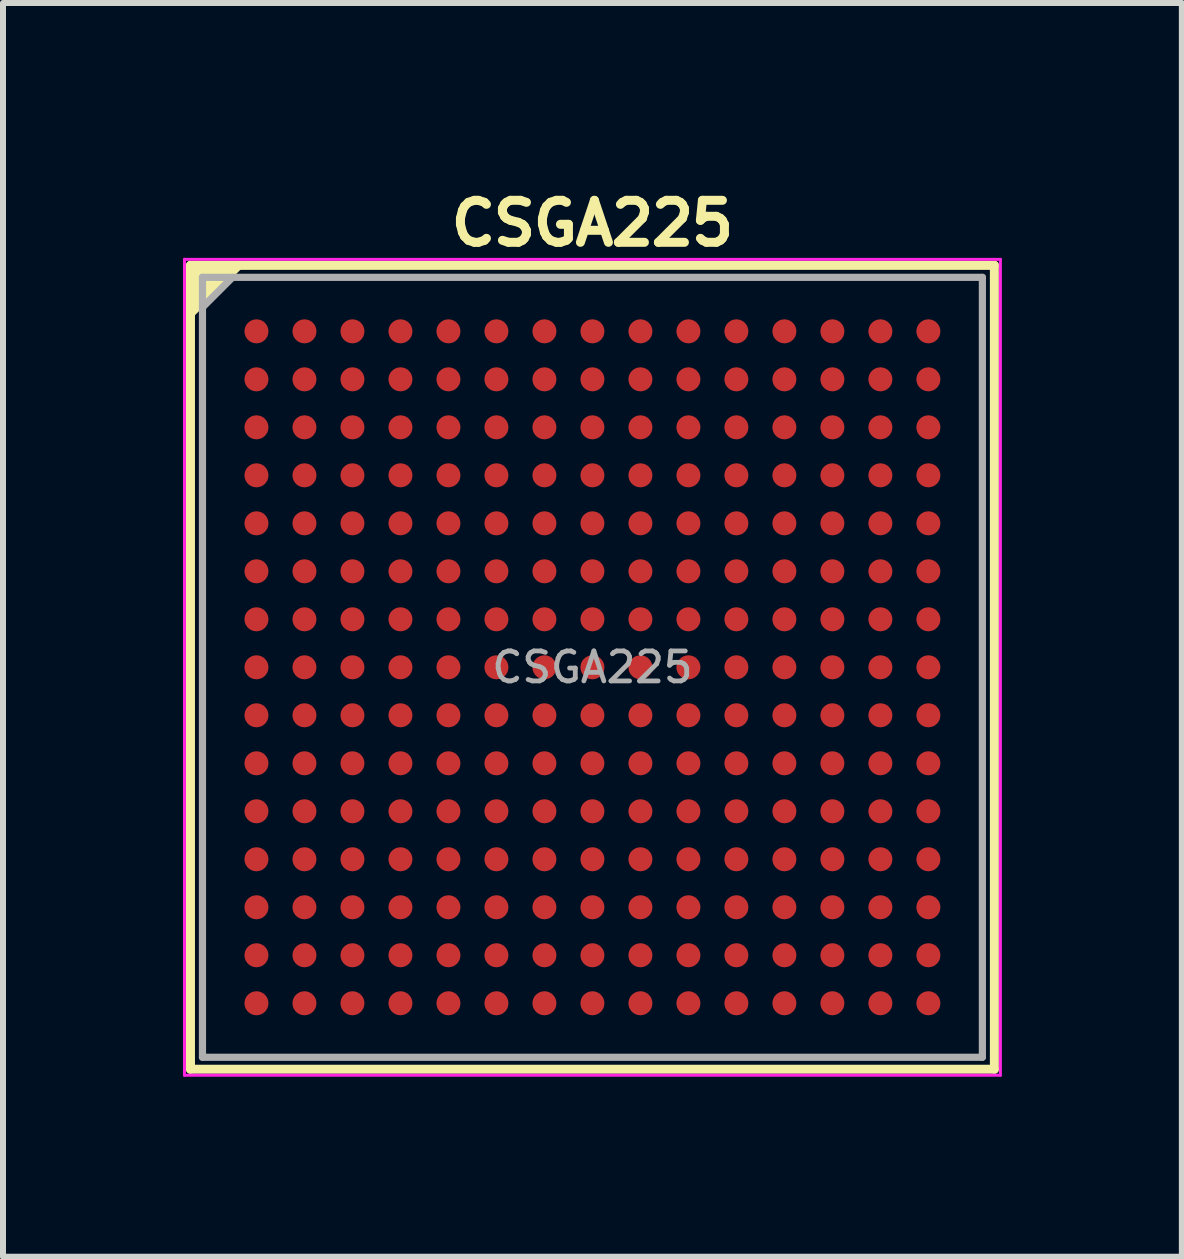
<source format=kicad_pcb>
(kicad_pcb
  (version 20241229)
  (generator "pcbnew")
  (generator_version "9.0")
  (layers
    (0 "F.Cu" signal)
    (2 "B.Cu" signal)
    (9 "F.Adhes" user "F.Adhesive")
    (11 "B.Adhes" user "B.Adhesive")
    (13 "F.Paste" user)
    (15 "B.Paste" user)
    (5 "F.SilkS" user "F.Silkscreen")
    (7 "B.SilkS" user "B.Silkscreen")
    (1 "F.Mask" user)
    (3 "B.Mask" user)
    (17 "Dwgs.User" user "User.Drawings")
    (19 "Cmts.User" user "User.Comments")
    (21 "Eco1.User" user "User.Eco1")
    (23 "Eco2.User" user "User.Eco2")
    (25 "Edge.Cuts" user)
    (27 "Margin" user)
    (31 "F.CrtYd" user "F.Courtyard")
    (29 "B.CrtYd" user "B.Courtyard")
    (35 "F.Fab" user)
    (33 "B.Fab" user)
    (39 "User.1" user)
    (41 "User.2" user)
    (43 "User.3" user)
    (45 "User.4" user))
  (footprint "CSGA225"
    (layer "F.Cu")
    (at 6.825 8.073)
    (property "Reference" "CSGA225" (at 0 -7.4 0) (layer "F.SilkS") (effects (font (size 0.7 0.7) (thickness 0.15))))
    (property "Value" "${VALUE}" (at 0 6.1 0) (layer "F.Fab") (hide yes) (effects (font (size 0.4 0.4) (thickness 0.07))))
    (attr through_hole)
    (fp_line (start -6.7 -6.7) (end -6.7 6.7) (stroke (width 0.15) (type solid)) (layer "F.SilkS"))
    (fp_line (start -6.7 6.7) (end 6.7 6.7) (stroke (width 0.15) (type solid)) (layer "F.SilkS"))
    (fp_line (start -5.9 -6.7) (end -6.7 -5.9) (stroke (width 0.15) (type solid)) (layer "F.SilkS"))
    (fp_line (start 6.7 -6.7) (end -6.7 -6.7) (stroke (width 0.15) (type solid)) (layer "F.SilkS"))
    (fp_line (start 6.7 6.7) (end 6.7 -6.7) (stroke (width 0.15) (type solid)) (layer "F.SilkS"))
    (fp_poly (pts (xy -6.7 -5.9) (xy -5.9 -6.7) (xy -6.7 -6.7)) (stroke (width 0.1) (type solid)) (fill yes) (layer "F.SilkS"))
    (fp_line (start -6.8 -6.8) (end 6.8 -6.8) (stroke (width 0.05) (type solid)) (layer "F.CrtYd"))
    (fp_line (start -6.8 6.8) (end -6.8 -6.8) (stroke (width 0.05) (type solid)) (layer "F.CrtYd"))
    (fp_line (start 6.8 -6.8) (end 6.8 6.8) (stroke (width 0.05) (type solid)) (layer "F.CrtYd"))
    (fp_line (start 6.8 6.8) (end -6.8 6.8) (stroke (width 0.05) (type solid)) (layer "F.CrtYd"))
    (fp_line (start -6.5 -6.5) (end 6.5 -6.5) (stroke (width 0.12) (type solid)) (layer "F.Fab"))
    (fp_line (start -6.5 6.5) (end -6.5 -6.5) (stroke (width 0.12) (type solid)) (layer "F.Fab"))
    (fp_line (start -6 -6.5) (end -6.5 -6) (stroke (width 0.12) (type solid)) (layer "F.Fab"))
    (fp_line (start 6.5 -6.5) (end 6.5 6.5) (stroke (width 0.12) (type solid)) (layer "F.Fab"))
    (fp_line (start 6.5 6.5) (end -6.5 6.5) (stroke (width 0.12) (type solid)) (layer "F.Fab"))
    (fp_poly (pts (xy -6.5 -6) (xy -6.5 -6.5) (xy -6 -6.5)) (stroke (width 0.1) (type solid)) (fill no) (layer "F.Fab"))
    (fp_text user "${REFERENCE}" (at 0 0 0) (layer "F.Fab") (effects (font (size 0.5 0.5) (thickness 0.08))))
    (pad "A1" smd circle (at -5.6 -5.6) (size 0.4 0.4) (layers "F.Cu" "F.Mask" "F.Paste"))
    (pad "A2" smd circle (at -4.8 -5.6) (size 0.4 0.4) (layers "F.Cu" "F.Mask" "F.Paste"))
    (pad "A3" smd circle (at -4 -5.6) (size 0.4 0.4) (layers "F.Cu" "F.Mask" "F.Paste"))
    (pad "A4" smd circle (at -3.2 -5.6) (size 0.4 0.4) (layers "F.Cu" "F.Mask" "F.Paste"))
    (pad "A5" smd circle (at -2.4 -5.6) (size 0.4 0.4) (layers "F.Cu" "F.Mask" "F.Paste"))
    (pad "A6" smd circle (at -1.6 -5.6) (size 0.4 0.4) (layers "F.Cu" "F.Mask" "F.Paste"))
    (pad "A7" smd circle (at -0.8 -5.6) (size 0.4 0.4) (layers "F.Cu" "F.Mask" "F.Paste"))
    (pad "A8" smd circle (at 0 -5.6) (size 0.4 0.4) (layers "F.Cu" "F.Mask" "F.Paste"))
    (pad "A9" smd circle (at 0.8 -5.6) (size 0.4 0.4) (layers "F.Cu" "F.Mask" "F.Paste"))
    (pad "A10" smd circle (at 1.6 -5.6) (size 0.4 0.4) (layers "F.Cu" "F.Mask" "F.Paste"))
    (pad "A11" smd circle (at 2.4 -5.6) (size 0.4 0.4) (layers "F.Cu" "F.Mask" "F.Paste"))
    (pad "A12" smd circle (at 3.2 -5.6) (size 0.4 0.4) (layers "F.Cu" "F.Mask" "F.Paste"))
    (pad "A13" smd circle (at 4 -5.6) (size 0.4 0.4) (layers "F.Cu" "F.Mask" "F.Paste"))
    (pad "A14" smd circle (at 4.8 -5.6) (size 0.4 0.4) (layers "F.Cu" "F.Mask" "F.Paste"))
    (pad "A15" smd circle (at 5.6 -5.6) (size 0.4 0.4) (layers "F.Cu" "F.Mask" "F.Paste"))
    (pad "B1" smd circle (at -5.6 -4.8) (size 0.4 0.4) (layers "F.Cu" "F.Mask" "F.Paste"))
    (pad "B2" smd circle (at -4.8 -4.8) (size 0.4 0.4) (layers "F.Cu" "F.Mask" "F.Paste"))
    (pad "B3" smd circle (at -4 -4.8) (size 0.4 0.4) (layers "F.Cu" "F.Mask" "F.Paste"))
    (pad "B4" smd circle (at -3.2 -4.8) (size 0.4 0.4) (layers "F.Cu" "F.Mask" "F.Paste"))
    (pad "B5" smd circle (at -2.4 -4.8) (size 0.4 0.4) (layers "F.Cu" "F.Mask" "F.Paste"))
    (pad "B6" smd circle (at -1.6 -4.8) (size 0.4 0.4) (layers "F.Cu" "F.Mask" "F.Paste"))
    (pad "B7" smd circle (at -0.8 -4.8) (size 0.4 0.4) (layers "F.Cu" "F.Mask" "F.Paste"))
    (pad "B8" smd circle (at 0 -4.8) (size 0.4 0.4) (layers "F.Cu" "F.Mask" "F.Paste"))
    (pad "B9" smd circle (at 0.8 -4.8) (size 0.4 0.4) (layers "F.Cu" "F.Mask" "F.Paste"))
    (pad "B10" smd circle (at 1.6 -4.8) (size 0.4 0.4) (layers "F.Cu" "F.Mask" "F.Paste"))
    (pad "B11" smd circle (at 2.4 -4.8) (size 0.4 0.4) (layers "F.Cu" "F.Mask" "F.Paste"))
    (pad "B12" smd circle (at 3.2 -4.8) (size 0.4 0.4) (layers "F.Cu" "F.Mask" "F.Paste"))
    (pad "B13" smd circle (at 4 -4.8) (size 0.4 0.4) (layers "F.Cu" "F.Mask" "F.Paste"))
    (pad "B14" smd circle (at 4.8 -4.8) (size 0.4 0.4) (layers "F.Cu" "F.Mask" "F.Paste"))
    (pad "B15" smd circle (at 5.6 -4.8) (size 0.4 0.4) (layers "F.Cu" "F.Mask" "F.Paste"))
    (pad "C1" smd circle (at -5.6 -4) (size 0.4 0.4) (layers "F.Cu" "F.Mask" "F.Paste"))
    (pad "C2" smd circle (at -4.8 -4) (size 0.4 0.4) (layers "F.Cu" "F.Mask" "F.Paste"))
    (pad "C3" smd circle (at -4 -4) (size 0.4 0.4) (layers "F.Cu" "F.Mask" "F.Paste"))
    (pad "C4" smd circle (at -3.2 -4) (size 0.4 0.4) (layers "F.Cu" "F.Mask" "F.Paste"))
    (pad "C5" smd circle (at -2.4 -4) (size 0.4 0.4) (layers "F.Cu" "F.Mask" "F.Paste"))
    (pad "C6" smd circle (at -1.6 -4) (size 0.4 0.4) (layers "F.Cu" "F.Mask" "F.Paste"))
    (pad "C7" smd circle (at -0.8 -4) (size 0.4 0.4) (layers "F.Cu" "F.Mask" "F.Paste"))
    (pad "C8" smd circle (at 0 -4) (size 0.4 0.4) (layers "F.Cu" "F.Mask" "F.Paste"))
    (pad "C9" smd circle (at 0.8 -4) (size 0.4 0.4) (layers "F.Cu" "F.Mask" "F.Paste"))
    (pad "C10" smd circle (at 1.6 -4) (size 0.4 0.4) (layers "F.Cu" "F.Mask" "F.Paste"))
    (pad "C11" smd circle (at 2.4 -4) (size 0.4 0.4) (layers "F.Cu" "F.Mask" "F.Paste"))
    (pad "C12" smd circle (at 3.2 -4) (size 0.4 0.4) (layers "F.Cu" "F.Mask" "F.Paste"))
    (pad "C13" smd circle (at 4 -4) (size 0.4 0.4) (layers "F.Cu" "F.Mask" "F.Paste"))
    (pad "C14" smd circle (at 4.8 -4) (size 0.4 0.4) (layers "F.Cu" "F.Mask" "F.Paste"))
    (pad "C15" smd circle (at 5.6 -4) (size 0.4 0.4) (layers "F.Cu" "F.Mask" "F.Paste"))
    (pad "D1" smd circle (at -5.6 -3.2) (size 0.4 0.4) (layers "F.Cu" "F.Mask" "F.Paste"))
    (pad "D2" smd circle (at -4.8 -3.2) (size 0.4 0.4) (layers "F.Cu" "F.Mask" "F.Paste"))
    (pad "D3" smd circle (at -4 -3.2) (size 0.4 0.4) (layers "F.Cu" "F.Mask" "F.Paste"))
    (pad "D4" smd circle (at -3.2 -3.2) (size 0.4 0.4) (layers "F.Cu" "F.Mask" "F.Paste"))
    (pad "D5" smd circle (at -2.4 -3.2) (size 0.4 0.4) (layers "F.Cu" "F.Mask" "F.Paste"))
    (pad "D6" smd circle (at -1.6 -3.2) (size 0.4 0.4) (layers "F.Cu" "F.Mask" "F.Paste"))
    (pad "D7" smd circle (at -0.8 -3.2) (size 0.4 0.4) (layers "F.Cu" "F.Mask" "F.Paste"))
    (pad "D8" smd circle (at 0 -3.2) (size 0.4 0.4) (layers "F.Cu" "F.Mask" "F.Paste"))
    (pad "D9" smd circle (at 0.8 -3.2) (size 0.4 0.4) (layers "F.Cu" "F.Mask" "F.Paste"))
    (pad "D10" smd circle (at 1.6 -3.2) (size 0.4 0.4) (layers "F.Cu" "F.Mask" "F.Paste"))
    (pad "D11" smd circle (at 2.4 -3.2) (size 0.4 0.4) (layers "F.Cu" "F.Mask" "F.Paste"))
    (pad "D12" smd circle (at 3.2 -3.2) (size 0.4 0.4) (layers "F.Cu" "F.Mask" "F.Paste"))
    (pad "D13" smd circle (at 4 -3.2) (size 0.4 0.4) (layers "F.Cu" "F.Mask" "F.Paste"))
    (pad "D14" smd circle (at 4.8 -3.2) (size 0.4 0.4) (layers "F.Cu" "F.Mask" "F.Paste"))
    (pad "D15" smd circle (at 5.6 -3.2) (size 0.4 0.4) (layers "F.Cu" "F.Mask" "F.Paste"))
    (pad "E1" smd circle (at -5.6 -2.4) (size 0.4 0.4) (layers "F.Cu" "F.Mask" "F.Paste"))
    (pad "E2" smd circle (at -4.8 -2.4) (size 0.4 0.4) (layers "F.Cu" "F.Mask" "F.Paste"))
    (pad "E3" smd circle (at -4 -2.4) (size 0.4 0.4) (layers "F.Cu" "F.Mask" "F.Paste"))
    (pad "E4" smd circle (at -3.2 -2.4) (size 0.4 0.4) (layers "F.Cu" "F.Mask" "F.Paste"))
    (pad "E5" smd circle (at -2.4 -2.4) (size 0.4 0.4) (layers "F.Cu" "F.Mask" "F.Paste"))
    (pad "E6" smd circle (at -1.6 -2.4) (size 0.4 0.4) (layers "F.Cu" "F.Mask" "F.Paste"))
    (pad "E7" smd circle (at -0.8 -2.4) (size 0.4 0.4) (layers "F.Cu" "F.Mask" "F.Paste"))
    (pad "E8" smd circle (at 0 -2.4) (size 0.4 0.4) (layers "F.Cu" "F.Mask" "F.Paste"))
    (pad "E9" smd circle (at 0.8 -2.4) (size 0.4 0.4) (layers "F.Cu" "F.Mask" "F.Paste"))
    (pad "E10" smd circle (at 1.6 -2.4) (size 0.4 0.4) (layers "F.Cu" "F.Mask" "F.Paste"))
    (pad "E11" smd circle (at 2.4 -2.4) (size 0.4 0.4) (layers "F.Cu" "F.Mask" "F.Paste"))
    (pad "E12" smd circle (at 3.2 -2.4) (size 0.4 0.4) (layers "F.Cu" "F.Mask" "F.Paste"))
    (pad "E13" smd circle (at 4 -2.4) (size 0.4 0.4) (layers "F.Cu" "F.Mask" "F.Paste"))
    (pad "E14" smd circle (at 4.8 -2.4) (size 0.4 0.4) (layers "F.Cu" "F.Mask" "F.Paste"))
    (pad "E15" smd circle (at 5.6 -2.4) (size 0.4 0.4) (layers "F.Cu" "F.Mask" "F.Paste"))
    (pad "F1" smd circle (at -5.6 -1.6) (size 0.4 0.4) (layers "F.Cu" "F.Mask" "F.Paste"))
    (pad "F2" smd circle (at -4.8 -1.6) (size 0.4 0.4) (layers "F.Cu" "F.Mask" "F.Paste"))
    (pad "F3" smd circle (at -4 -1.6) (size 0.4 0.4) (layers "F.Cu" "F.Mask" "F.Paste"))
    (pad "F4" smd circle (at -3.2 -1.6) (size 0.4 0.4) (layers "F.Cu" "F.Mask" "F.Paste"))
    (pad "F5" smd circle (at -2.4 -1.6) (size 0.4 0.4) (layers "F.Cu" "F.Mask" "F.Paste"))
    (pad "F6" smd circle (at -1.6 -1.6) (size 0.4 0.4) (layers "F.Cu" "F.Mask" "F.Paste"))
    (pad "F7" smd circle (at -0.8 -1.6) (size 0.4 0.4) (layers "F.Cu" "F.Mask" "F.Paste"))
    (pad "F8" smd circle (at 0 -1.6) (size 0.4 0.4) (layers "F.Cu" "F.Mask" "F.Paste"))
    (pad "F9" smd circle (at 0.8 -1.6) (size 0.4 0.4) (layers "F.Cu" "F.Mask" "F.Paste"))
    (pad "F10" smd circle (at 1.6 -1.6) (size 0.4 0.4) (layers "F.Cu" "F.Mask" "F.Paste"))
    (pad "F11" smd circle (at 2.4 -1.6) (size 0.4 0.4) (layers "F.Cu" "F.Mask" "F.Paste"))
    (pad "F12" smd circle (at 3.2 -1.6) (size 0.4 0.4) (layers "F.Cu" "F.Mask" "F.Paste"))
    (pad "F13" smd circle (at 4 -1.6) (size 0.4 0.4) (layers "F.Cu" "F.Mask" "F.Paste"))
    (pad "F14" smd circle (at 4.8 -1.6) (size 0.4 0.4) (layers "F.Cu" "F.Mask" "F.Paste"))
    (pad "F15" smd circle (at 5.6 -1.6) (size 0.4 0.4) (layers "F.Cu" "F.Mask" "F.Paste"))
    (pad "G1" smd circle (at -5.6 -0.8) (size 0.4 0.4) (layers "F.Cu" "F.Mask" "F.Paste"))
    (pad "G2" smd circle (at -4.8 -0.8) (size 0.4 0.4) (layers "F.Cu" "F.Mask" "F.Paste"))
    (pad "G3" smd circle (at -4 -0.8) (size 0.4 0.4) (layers "F.Cu" "F.Mask" "F.Paste"))
    (pad "G4" smd circle (at -3.2 -0.8) (size 0.4 0.4) (layers "F.Cu" "F.Mask" "F.Paste"))
    (pad "G5" smd circle (at -2.4 -0.8) (size 0.4 0.4) (layers "F.Cu" "F.Mask" "F.Paste"))
    (pad "G6" smd circle (at -1.6 -0.8) (size 0.4 0.4) (layers "F.Cu" "F.Mask" "F.Paste"))
    (pad "G7" smd circle (at -0.8 -0.8) (size 0.4 0.4) (layers "F.Cu" "F.Mask" "F.Paste"))
    (pad "G8" smd circle (at 0 -0.8) (size 0.4 0.4) (layers "F.Cu" "F.Mask" "F.Paste"))
    (pad "G9" smd circle (at 0.8 -0.8) (size 0.4 0.4) (layers "F.Cu" "F.Mask" "F.Paste"))
    (pad "G10" smd circle (at 1.6 -0.8) (size 0.4 0.4) (layers "F.Cu" "F.Mask" "F.Paste"))
    (pad "G11" smd circle (at 2.4 -0.8) (size 0.4 0.4) (layers "F.Cu" "F.Mask" "F.Paste"))
    (pad "G12" smd circle (at 3.2 -0.8) (size 0.4 0.4) (layers "F.Cu" "F.Mask" "F.Paste"))
    (pad "G13" smd circle (at 4 -0.8) (size 0.4 0.4) (layers "F.Cu" "F.Mask" "F.Paste"))
    (pad "G14" smd circle (at 4.8 -0.8) (size 0.4 0.4) (layers "F.Cu" "F.Mask" "F.Paste"))
    (pad "G15" smd circle (at 5.6 -0.8) (size 0.4 0.4) (layers "F.Cu" "F.Mask" "F.Paste"))
    (pad "H1" smd circle (at -5.6 0) (size 0.4 0.4) (layers "F.Cu" "F.Mask" "F.Paste"))
    (pad "H2" smd circle (at -4.8 0) (size 0.4 0.4) (layers "F.Cu" "F.Mask" "F.Paste"))
    (pad "H3" smd circle (at -4 0) (size 0.4 0.4) (layers "F.Cu" "F.Mask" "F.Paste"))
    (pad "H4" smd circle (at -3.2 0) (size 0.4 0.4) (layers "F.Cu" "F.Mask" "F.Paste"))
    (pad "H5" smd circle (at -2.4 0) (size 0.4 0.4) (layers "F.Cu" "F.Mask" "F.Paste"))
    (pad "H6" smd circle (at -1.6 0) (size 0.4 0.4) (layers "F.Cu" "F.Mask" "F.Paste"))
    (pad "H7" smd circle (at -0.8 0) (size 0.4 0.4) (layers "F.Cu" "F.Mask" "F.Paste"))
    (pad "H8" smd circle (at 0 0) (size 0.4 0.4) (layers "F.Cu" "F.Mask" "F.Paste"))
    (pad "H9" smd circle (at 0.8 0) (size 0.4 0.4) (layers "F.Cu" "F.Mask" "F.Paste"))
    (pad "H10" smd circle (at 1.6 0) (size 0.4 0.4) (layers "F.Cu" "F.Mask" "F.Paste"))
    (pad "H11" smd circle (at 2.4 0) (size 0.4 0.4) (layers "F.Cu" "F.Mask" "F.Paste"))
    (pad "H12" smd circle (at 3.2 0) (size 0.4 0.4) (layers "F.Cu" "F.Mask" "F.Paste"))
    (pad "H13" smd circle (at 4 0) (size 0.4 0.4) (layers "F.Cu" "F.Mask" "F.Paste"))
    (pad "H14" smd circle (at 4.8 0) (size 0.4 0.4) (layers "F.Cu" "F.Mask" "F.Paste"))
    (pad "H15" smd circle (at 5.6 0) (size 0.4 0.4) (layers "F.Cu" "F.Mask" "F.Paste"))
    (pad "J1" smd circle (at -5.6 0.8) (size 0.4 0.4) (layers "F.Cu" "F.Mask" "F.Paste"))
    (pad "J2" smd circle (at -4.8 0.8) (size 0.4 0.4) (layers "F.Cu" "F.Mask" "F.Paste"))
    (pad "J3" smd circle (at -4 0.8) (size 0.4 0.4) (layers "F.Cu" "F.Mask" "F.Paste"))
    (pad "J4" smd circle (at -3.2 0.8) (size 0.4 0.4) (layers "F.Cu" "F.Mask" "F.Paste"))
    (pad "J5" smd circle (at -2.4 0.8) (size 0.4 0.4) (layers "F.Cu" "F.Mask" "F.Paste"))
    (pad "J6" smd circle (at -1.6 0.8) (size 0.4 0.4) (layers "F.Cu" "F.Mask" "F.Paste"))
    (pad "J7" smd circle (at -0.8 0.8) (size 0.4 0.4) (layers "F.Cu" "F.Mask" "F.Paste"))
    (pad "J8" smd circle (at 0 0.8) (size 0.4 0.4) (layers "F.Cu" "F.Mask" "F.Paste"))
    (pad "J9" smd circle (at 0.8 0.8) (size 0.4 0.4) (layers "F.Cu" "F.Mask" "F.Paste"))
    (pad "J10" smd circle (at 1.6 0.8) (size 0.4 0.4) (layers "F.Cu" "F.Mask" "F.Paste"))
    (pad "J11" smd circle (at 2.4 0.8) (size 0.4 0.4) (layers "F.Cu" "F.Mask" "F.Paste"))
    (pad "J12" smd circle (at 3.2 0.8) (size 0.4 0.4) (layers "F.Cu" "F.Mask" "F.Paste"))
    (pad "J13" smd circle (at 4 0.8) (size 0.4 0.4) (layers "F.Cu" "F.Mask" "F.Paste"))
    (pad "J14" smd circle (at 4.8 0.8) (size 0.4 0.4) (layers "F.Cu" "F.Mask" "F.Paste"))
    (pad "J15" smd circle (at 5.6 0.8) (size 0.4 0.4) (layers "F.Cu" "F.Mask" "F.Paste"))
    (pad "K1" smd circle (at -5.6 1.6) (size 0.4 0.4) (layers "F.Cu" "F.Mask" "F.Paste"))
    (pad "K2" smd circle (at -4.8 1.6) (size 0.4 0.4) (layers "F.Cu" "F.Mask" "F.Paste"))
    (pad "K3" smd circle (at -4 1.6) (size 0.4 0.4) (layers "F.Cu" "F.Mask" "F.Paste"))
    (pad "K4" smd circle (at -3.2 1.6) (size 0.4 0.4) (layers "F.Cu" "F.Mask" "F.Paste"))
    (pad "K5" smd circle (at -2.4 1.6) (size 0.4 0.4) (layers "F.Cu" "F.Mask" "F.Paste"))
    (pad "K6" smd circle (at -1.6 1.6) (size 0.4 0.4) (layers "F.Cu" "F.Mask" "F.Paste"))
    (pad "K7" smd circle (at -0.8 1.6) (size 0.4 0.4) (layers "F.Cu" "F.Mask" "F.Paste"))
    (pad "K8" smd circle (at 0 1.6) (size 0.4 0.4) (layers "F.Cu" "F.Mask" "F.Paste"))
    (pad "K9" smd circle (at 0.8 1.6) (size 0.4 0.4) (layers "F.Cu" "F.Mask" "F.Paste"))
    (pad "K10" smd circle (at 1.6 1.6) (size 0.4 0.4) (layers "F.Cu" "F.Mask" "F.Paste"))
    (pad "K11" smd circle (at 2.4 1.6) (size 0.4 0.4) (layers "F.Cu" "F.Mask" "F.Paste"))
    (pad "K12" smd circle (at 3.2 1.6) (size 0.4 0.4) (layers "F.Cu" "F.Mask" "F.Paste"))
    (pad "K13" smd circle (at 4 1.6) (size 0.4 0.4) (layers "F.Cu" "F.Mask" "F.Paste"))
    (pad "K14" smd circle (at 4.8 1.6) (size 0.4 0.4) (layers "F.Cu" "F.Mask" "F.Paste"))
    (pad "K15" smd circle (at 5.6 1.6) (size 0.4 0.4) (layers "F.Cu" "F.Mask" "F.Paste"))
    (pad "L1" smd circle (at -5.6 2.4) (size 0.4 0.4) (layers "F.Cu" "F.Mask" "F.Paste"))
    (pad "L2" smd circle (at -4.8 2.4) (size 0.4 0.4) (layers "F.Cu" "F.Mask" "F.Paste"))
    (pad "L3" smd circle (at -4 2.4) (size 0.4 0.4) (layers "F.Cu" "F.Mask" "F.Paste"))
    (pad "L4" smd circle (at -3.2 2.4) (size 0.4 0.4) (layers "F.Cu" "F.Mask" "F.Paste"))
    (pad "L5" smd circle (at -2.4 2.4) (size 0.4 0.4) (layers "F.Cu" "F.Mask" "F.Paste"))
    (pad "L6" smd circle (at -1.6 2.4) (size 0.4 0.4) (layers "F.Cu" "F.Mask" "F.Paste"))
    (pad "L7" smd circle (at -0.8 2.4) (size 0.4 0.4) (layers "F.Cu" "F.Mask" "F.Paste"))
    (pad "L8" smd circle (at 0 2.4) (size 0.4 0.4) (layers "F.Cu" "F.Mask" "F.Paste"))
    (pad "L9" smd circle (at 0.8 2.4) (size 0.4 0.4) (layers "F.Cu" "F.Mask" "F.Paste"))
    (pad "L10" smd circle (at 1.6 2.4) (size 0.4 0.4) (layers "F.Cu" "F.Mask" "F.Paste"))
    (pad "L11" smd circle (at 2.4 2.4) (size 0.4 0.4) (layers "F.Cu" "F.Mask" "F.Paste"))
    (pad "L12" smd circle (at 3.2 2.4) (size 0.4 0.4) (layers "F.Cu" "F.Mask" "F.Paste"))
    (pad "L13" smd circle (at 4 2.4) (size 0.4 0.4) (layers "F.Cu" "F.Mask" "F.Paste"))
    (pad "L14" smd circle (at 4.8 2.4) (size 0.4 0.4) (layers "F.Cu" "F.Mask" "F.Paste"))
    (pad "L15" smd circle (at 5.6 2.4) (size 0.4 0.4) (layers "F.Cu" "F.Mask" "F.Paste"))
    (pad "M1" smd circle (at -5.6 3.2) (size 0.4 0.4) (layers "F.Cu" "F.Mask" "F.Paste"))
    (pad "M2" smd circle (at -4.8 3.2) (size 0.4 0.4) (layers "F.Cu" "F.Mask" "F.Paste"))
    (pad "M3" smd circle (at -4 3.2) (size 0.4 0.4) (layers "F.Cu" "F.Mask" "F.Paste"))
    (pad "M4" smd circle (at -3.2 3.2) (size 0.4 0.4) (layers "F.Cu" "F.Mask" "F.Paste"))
    (pad "M5" smd circle (at -2.4 3.2) (size 0.4 0.4) (layers "F.Cu" "F.Mask" "F.Paste"))
    (pad "M6" smd circle (at -1.6 3.2) (size 0.4 0.4) (layers "F.Cu" "F.Mask" "F.Paste"))
    (pad "M7" smd circle (at -0.8 3.2) (size 0.4 0.4) (layers "F.Cu" "F.Mask" "F.Paste"))
    (pad "M8" smd circle (at 0 3.2) (size 0.4 0.4) (layers "F.Cu" "F.Mask" "F.Paste"))
    (pad "M9" smd circle (at 0.8 3.2) (size 0.4 0.4) (layers "F.Cu" "F.Mask" "F.Paste"))
    (pad "M10" smd circle (at 1.6 3.2) (size 0.4 0.4) (layers "F.Cu" "F.Mask" "F.Paste"))
    (pad "M11" smd circle (at 2.4 3.2) (size 0.4 0.4) (layers "F.Cu" "F.Mask" "F.Paste"))
    (pad "M12" smd circle (at 3.2 3.2) (size 0.4 0.4) (layers "F.Cu" "F.Mask" "F.Paste"))
    (pad "M13" smd circle (at 4 3.2) (size 0.4 0.4) (layers "F.Cu" "F.Mask" "F.Paste"))
    (pad "M14" smd circle (at 4.8 3.2) (size 0.4 0.4) (layers "F.Cu" "F.Mask" "F.Paste"))
    (pad "M15" smd circle (at 5.6 3.2) (size 0.4 0.4) (layers "F.Cu" "F.Mask" "F.Paste"))
    (pad "N1" smd circle (at -5.6 4) (size 0.4 0.4) (layers "F.Cu" "F.Mask" "F.Paste"))
    (pad "N2" smd circle (at -4.8 4) (size 0.4 0.4) (layers "F.Cu" "F.Mask" "F.Paste"))
    (pad "N3" smd circle (at -4 4) (size 0.4 0.4) (layers "F.Cu" "F.Mask" "F.Paste"))
    (pad "N4" smd circle (at -3.2 4) (size 0.4 0.4) (layers "F.Cu" "F.Mask" "F.Paste"))
    (pad "N5" smd circle (at -2.4 4) (size 0.4 0.4) (layers "F.Cu" "F.Mask" "F.Paste"))
    (pad "N6" smd circle (at -1.6 4) (size 0.4 0.4) (layers "F.Cu" "F.Mask" "F.Paste"))
    (pad "N7" smd circle (at -0.8 4) (size 0.4 0.4) (layers "F.Cu" "F.Mask" "F.Paste"))
    (pad "N8" smd circle (at 0 4) (size 0.4 0.4) (layers "F.Cu" "F.Mask" "F.Paste"))
    (pad "N9" smd circle (at 0.8 4) (size 0.4 0.4) (layers "F.Cu" "F.Mask" "F.Paste"))
    (pad "N10" smd circle (at 1.6 4) (size 0.4 0.4) (layers "F.Cu" "F.Mask" "F.Paste"))
    (pad "N11" smd circle (at 2.4 4) (size 0.4 0.4) (layers "F.Cu" "F.Mask" "F.Paste"))
    (pad "N12" smd circle (at 3.2 4) (size 0.4 0.4) (layers "F.Cu" "F.Mask" "F.Paste"))
    (pad "N13" smd circle (at 4 4) (size 0.4 0.4) (layers "F.Cu" "F.Mask" "F.Paste"))
    (pad "N14" smd circle (at 4.8 4) (size 0.4 0.4) (layers "F.Cu" "F.Mask" "F.Paste"))
    (pad "N15" smd circle (at 5.6 4) (size 0.4 0.4) (layers "F.Cu" "F.Mask" "F.Paste"))
    (pad "P1" smd circle (at -5.6 4.8) (size 0.4 0.4) (layers "F.Cu" "F.Mask" "F.Paste"))
    (pad "P2" smd circle (at -4.8 4.8) (size 0.4 0.4) (layers "F.Cu" "F.Mask" "F.Paste"))
    (pad "P3" smd circle (at -4 4.8) (size 0.4 0.4) (layers "F.Cu" "F.Mask" "F.Paste"))
    (pad "P4" smd circle (at -3.2 4.8) (size 0.4 0.4) (layers "F.Cu" "F.Mask" "F.Paste"))
    (pad "P5" smd circle (at -2.4 4.8) (size 0.4 0.4) (layers "F.Cu" "F.Mask" "F.Paste"))
    (pad "P6" smd circle (at -1.6 4.8) (size 0.4 0.4) (layers "F.Cu" "F.Mask" "F.Paste"))
    (pad "P7" smd circle (at -0.8 4.8) (size 0.4 0.4) (layers "F.Cu" "F.Mask" "F.Paste"))
    (pad "P8" smd circle (at 0 4.8) (size 0.4 0.4) (layers "F.Cu" "F.Mask" "F.Paste"))
    (pad "P9" smd circle (at 0.8 4.8) (size 0.4 0.4) (layers "F.Cu" "F.Mask" "F.Paste"))
    (pad "P10" smd circle (at 1.6 4.8) (size 0.4 0.4) (layers "F.Cu" "F.Mask" "F.Paste"))
    (pad "P11" smd circle (at 2.4 4.8) (size 0.4 0.4) (layers "F.Cu" "F.Mask" "F.Paste"))
    (pad "P12" smd circle (at 3.2 4.8) (size 0.4 0.4) (layers "F.Cu" "F.Mask" "F.Paste"))
    (pad "P13" smd circle (at 4 4.8) (size 0.4 0.4) (layers "F.Cu" "F.Mask" "F.Paste"))
    (pad "P14" smd circle (at 4.8 4.8) (size 0.4 0.4) (layers "F.Cu" "F.Mask" "F.Paste"))
    (pad "P15" smd circle (at 5.6 4.8) (size 0.4 0.4) (layers "F.Cu" "F.Mask" "F.Paste"))
    (pad "R1" smd circle (at -5.6 5.6) (size 0.4 0.4) (layers "F.Cu" "F.Mask" "F.Paste"))
    (pad "R2" smd circle (at -4.8 5.6) (size 0.4 0.4) (layers "F.Cu" "F.Mask" "F.Paste"))
    (pad "R3" smd circle (at -4 5.6) (size 0.4 0.4) (layers "F.Cu" "F.Mask" "F.Paste"))
    (pad "R4" smd circle (at -3.2 5.6) (size 0.4 0.4) (layers "F.Cu" "F.Mask" "F.Paste"))
    (pad "R5" smd circle (at -2.4 5.6) (size 0.4 0.4) (layers "F.Cu" "F.Mask" "F.Paste"))
    (pad "R6" smd circle (at -1.6 5.6) (size 0.4 0.4) (layers "F.Cu" "F.Mask" "F.Paste"))
    (pad "R7" smd circle (at -0.8 5.6) (size 0.4 0.4) (layers "F.Cu" "F.Mask" "F.Paste"))
    (pad "R8" smd circle (at 0 5.6) (size 0.4 0.4) (layers "F.Cu" "F.Mask" "F.Paste"))
    (pad "R9" smd circle (at 0.8 5.6) (size 0.4 0.4) (layers "F.Cu" "F.Mask" "F.Paste"))
    (pad "R10" smd circle (at 1.6 5.6) (size 0.4 0.4) (layers "F.Cu" "F.Mask" "F.Paste"))
    (pad "R11" smd circle (at 2.4 5.6) (size 0.4 0.4) (layers "F.Cu" "F.Mask" "F.Paste"))
    (pad "R12" smd circle (at 3.2 5.6) (size 0.4 0.4) (layers "F.Cu" "F.Mask" "F.Paste"))
    (pad "R13" smd circle (at 4 5.6) (size 0.4 0.4) (layers "F.Cu" "F.Mask" "F.Paste"))
    (pad "R14" smd circle (at 4.8 5.6) (size 0.4 0.4) (layers "F.Cu" "F.Mask" "F.Paste"))
    (pad "R15" smd circle (at 5.6 5.6) (size 0.4 0.4) (layers "F.Cu" "F.Mask" "F.Paste")))
  (gr_rect
    (start -3 -3)
    (end 16.65 17.898)
    (stroke (width 0.1) (type default))
    (fill no)
    (layer "Edge.Cuts")))
</source>
